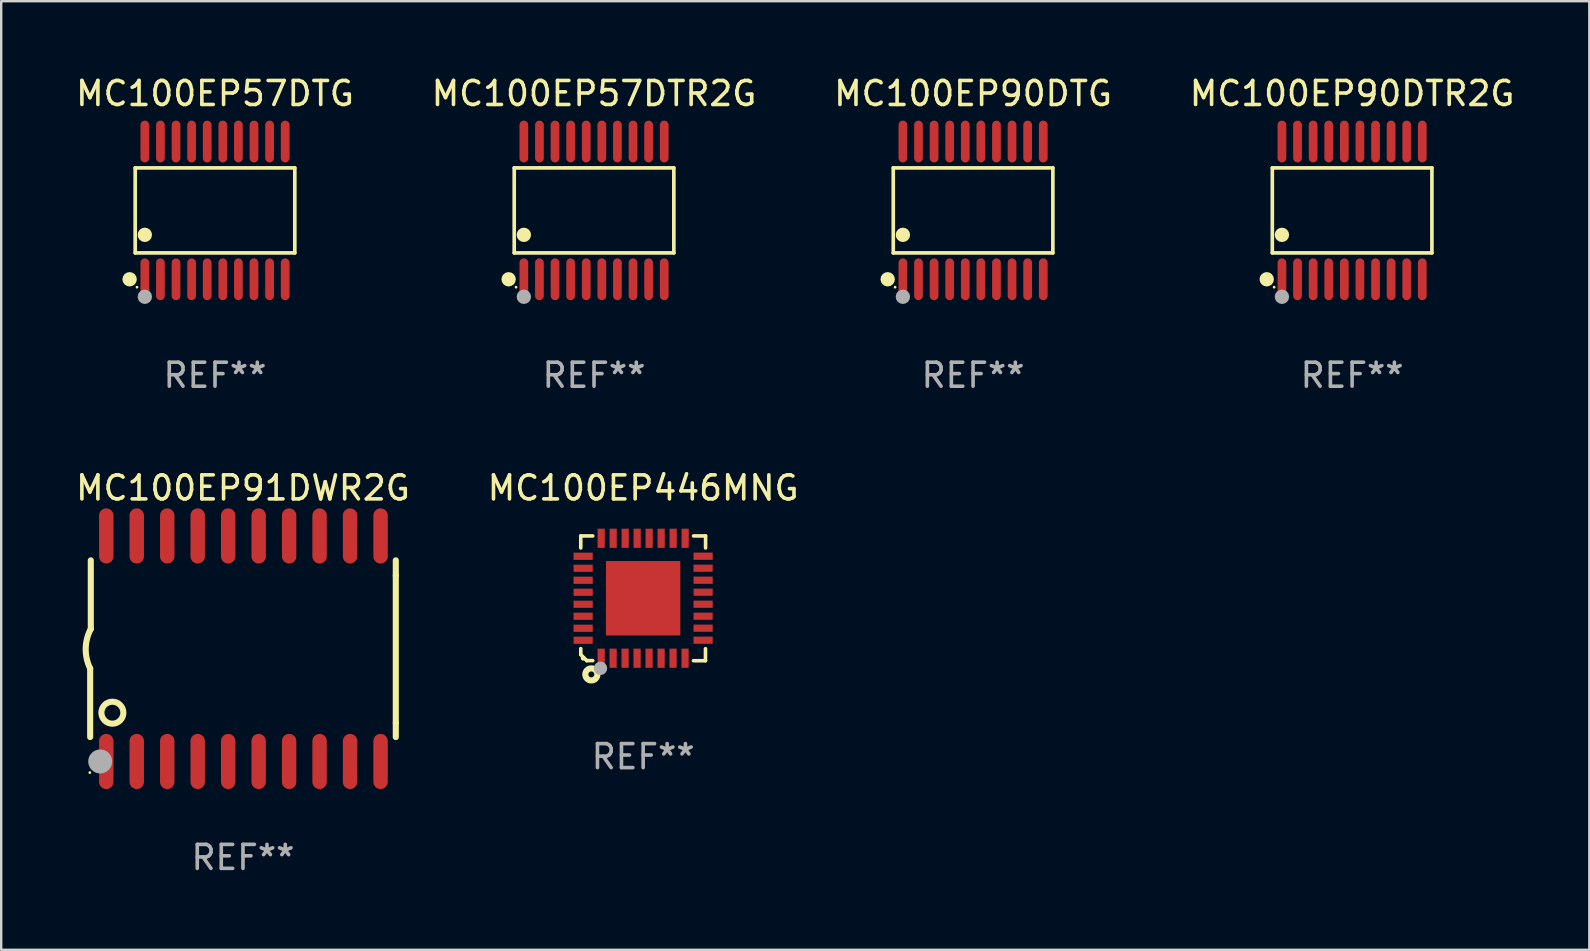
<source format=kicad_pcb>
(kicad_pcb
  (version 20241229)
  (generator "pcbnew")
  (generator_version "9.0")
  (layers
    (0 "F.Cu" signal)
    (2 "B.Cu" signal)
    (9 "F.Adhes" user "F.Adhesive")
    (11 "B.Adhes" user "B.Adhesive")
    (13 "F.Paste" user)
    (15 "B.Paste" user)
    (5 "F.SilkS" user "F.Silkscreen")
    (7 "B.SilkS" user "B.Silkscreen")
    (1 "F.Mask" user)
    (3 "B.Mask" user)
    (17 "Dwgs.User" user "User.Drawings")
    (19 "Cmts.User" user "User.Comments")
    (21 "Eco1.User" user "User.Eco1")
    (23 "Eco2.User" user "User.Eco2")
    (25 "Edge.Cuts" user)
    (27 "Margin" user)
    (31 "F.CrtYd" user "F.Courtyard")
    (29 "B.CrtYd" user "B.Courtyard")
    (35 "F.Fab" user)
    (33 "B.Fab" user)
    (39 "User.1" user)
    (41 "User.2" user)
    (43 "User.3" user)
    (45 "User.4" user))
  (footprint "MC100EP90DTG"
    (layer "F.Cu")
    (at 37.506 5.719)
    (property "Reference" "MC100EP90DTG" (at 0 -4.871 0) (layer "F.SilkS") (effects (font (size 1 1) (thickness 0.15))))
    (attr through_hole)
    (fp_line (start -3.326 -1.771) (end 3.326 -1.771) (stroke (width 0.152) (type solid)) (layer "F.SilkS"))
    (fp_line (start -3.326 1.771) (end -3.326 -1.771) (stroke (width 0.152) (type solid)) (layer "F.SilkS"))
    (fp_line (start 3.326 -1.771) (end 3.326 1.771) (stroke (width 0.152) (type solid)) (layer "F.SilkS"))
    (fp_line (start 3.326 1.771) (end -3.326 1.771) (stroke (width 0.152) (type solid)) (layer "F.SilkS"))
    (fp_circle (center -3.559 2.871) (end -3.409 2.871) (stroke (width 0.3) (type solid)) (fill no) (layer "F.SilkS"))
    (fp_circle (center -3.25 3.2) (end -3.22 3.2) (stroke (width 0.06) (type solid)) (fill no) (layer "F.SilkS"))
    (fp_circle (center -2.925 1.019) (end -2.775 1.019) (stroke (width 0.3) (type solid)) (fill no) (layer "F.SilkS"))
    (fp_circle (center -2.925 3.6) (end -2.775 3.6) (stroke (width 0.3) (type solid)) (fill no) (layer "F.Fab"))
    (fp_text user "REF**" (at 0 6.871 0) (layer "F.Fab") (effects (font (size 1 1) (thickness 0.15))))
    (pad "1" smd oval (at -2.925 2.871) (size 0.364 1.742) (layers "F.Cu" "F.Mask" "F.Paste"))
    (pad "2" smd oval (at -2.275 2.871) (size 0.364 1.742) (layers "F.Cu" "F.Mask" "F.Paste"))
    (pad "3" smd oval (at -1.625 2.871) (size 0.364 1.742) (layers "F.Cu" "F.Mask" "F.Paste"))
    (pad "4" smd oval (at -0.975 2.871) (size 0.364 1.742) (layers "F.Cu" "F.Mask" "F.Paste"))
    (pad "5" smd oval (at -0.325 2.871) (size 0.364 1.742) (layers "F.Cu" "F.Mask" "F.Paste"))
    (pad "6" smd oval (at 0.325 2.871) (size 0.364 1.742) (layers "F.Cu" "F.Mask" "F.Paste"))
    (pad "7" smd oval (at 0.975 2.871) (size 0.364 1.742) (layers "F.Cu" "F.Mask" "F.Paste"))
    (pad "8" smd oval (at 1.625 2.871) (size 0.364 1.742) (layers "F.Cu" "F.Mask" "F.Paste"))
    (pad "9" smd oval (at 2.275 2.871) (size 0.364 1.742) (layers "F.Cu" "F.Mask" "F.Paste"))
    (pad "10" smd oval (at 2.925 2.871) (size 0.364 1.742) (layers "F.Cu" "F.Mask" "F.Paste"))
    (pad "11" smd oval (at 2.925 -2.871) (size 0.364 1.742) (layers "F.Cu" "F.Mask" "F.Paste"))
    (pad "12" smd oval (at 2.275 -2.871) (size 0.364 1.742) (layers "F.Cu" "F.Mask" "F.Paste"))
    (pad "13" smd oval (at 1.625 -2.871) (size 0.364 1.742) (layers "F.Cu" "F.Mask" "F.Paste"))
    (pad "14" smd oval (at 0.975 -2.871) (size 0.364 1.742) (layers "F.Cu" "F.Mask" "F.Paste"))
    (pad "15" smd oval (at 0.325 -2.871) (size 0.364 1.742) (layers "F.Cu" "F.Mask" "F.Paste"))
    (pad "16" smd oval (at -0.325 -2.871) (size 0.364 1.742) (layers "F.Cu" "F.Mask" "F.Paste"))
    (pad "17" smd oval (at -0.975 -2.871) (size 0.364 1.742) (layers "F.Cu" "F.Mask" "F.Paste"))
    (pad "18" smd oval (at -1.625 -2.871) (size 0.364 1.742) (layers "F.Cu" "F.Mask" "F.Paste"))
    (pad "19" smd oval (at -2.275 -2.871) (size 0.364 1.742) (layers "F.Cu" "F.Mask" "F.Paste"))
    (pad "20" smd oval (at -2.925 -2.871) (size 0.364 1.742) (layers "F.Cu" "F.Mask" "F.Paste")))
  (footprint "MC100EP57DTR2G"
    (layer "F.Cu")
    (at 21.708 5.719)
    (property "Reference" "MC100EP57DTR2G" (at 0 -4.871 0) (layer "F.SilkS") (effects (font (size 1 1) (thickness 0.15))))
    (attr through_hole)
    (fp_line (start -3.326 -1.771) (end 3.326 -1.771) (stroke (width 0.152) (type solid)) (layer "F.SilkS"))
    (fp_line (start -3.326 1.771) (end -3.326 -1.771) (stroke (width 0.152) (type solid)) (layer "F.SilkS"))
    (fp_line (start 3.326 -1.771) (end 3.326 1.771) (stroke (width 0.152) (type solid)) (layer "F.SilkS"))
    (fp_line (start 3.326 1.771) (end -3.326 1.771) (stroke (width 0.152) (type solid)) (layer "F.SilkS"))
    (fp_circle (center -3.559 2.871) (end -3.409 2.871) (stroke (width 0.3) (type solid)) (fill no) (layer "F.SilkS"))
    (fp_circle (center -3.25 3.2) (end -3.22 3.2) (stroke (width 0.06) (type solid)) (fill no) (layer "F.SilkS"))
    (fp_circle (center -2.925 1.019) (end -2.775 1.019) (stroke (width 0.3) (type solid)) (fill no) (layer "F.SilkS"))
    (fp_circle (center -2.925 3.6) (end -2.775 3.6) (stroke (width 0.3) (type solid)) (fill no) (layer "F.Fab"))
    (fp_text user "REF**" (at 0 6.871 0) (layer "F.Fab") (effects (font (size 1 1) (thickness 0.15))))
    (pad "1" smd oval (at -2.925 2.871) (size 0.364 1.742) (layers "F.Cu" "F.Mask" "F.Paste"))
    (pad "2" smd oval (at -2.275 2.871) (size 0.364 1.742) (layers "F.Cu" "F.Mask" "F.Paste"))
    (pad "3" smd oval (at -1.625 2.871) (size 0.364 1.742) (layers "F.Cu" "F.Mask" "F.Paste"))
    (pad "4" smd oval (at -0.975 2.871) (size 0.364 1.742) (layers "F.Cu" "F.Mask" "F.Paste"))
    (pad "5" smd oval (at -0.325 2.871) (size 0.364 1.742) (layers "F.Cu" "F.Mask" "F.Paste"))
    (pad "6" smd oval (at 0.325 2.871) (size 0.364 1.742) (layers "F.Cu" "F.Mask" "F.Paste"))
    (pad "7" smd oval (at 0.975 2.871) (size 0.364 1.742) (layers "F.Cu" "F.Mask" "F.Paste"))
    (pad "8" smd oval (at 1.625 2.871) (size 0.364 1.742) (layers "F.Cu" "F.Mask" "F.Paste"))
    (pad "9" smd oval (at 2.275 2.871) (size 0.364 1.742) (layers "F.Cu" "F.Mask" "F.Paste"))
    (pad "10" smd oval (at 2.925 2.871) (size 0.364 1.742) (layers "F.Cu" "F.Mask" "F.Paste"))
    (pad "11" smd oval (at 2.925 -2.871) (size 0.364 1.742) (layers "F.Cu" "F.Mask" "F.Paste"))
    (pad "12" smd oval (at 2.275 -2.871) (size 0.364 1.742) (layers "F.Cu" "F.Mask" "F.Paste"))
    (pad "13" smd oval (at 1.625 -2.871) (size 0.364 1.742) (layers "F.Cu" "F.Mask" "F.Paste"))
    (pad "14" smd oval (at 0.975 -2.871) (size 0.364 1.742) (layers "F.Cu" "F.Mask" "F.Paste"))
    (pad "15" smd oval (at 0.325 -2.871) (size 0.364 1.742) (layers "F.Cu" "F.Mask" "F.Paste"))
    (pad "16" smd oval (at -0.325 -2.871) (size 0.364 1.742) (layers "F.Cu" "F.Mask" "F.Paste"))
    (pad "17" smd oval (at -0.975 -2.871) (size 0.364 1.742) (layers "F.Cu" "F.Mask" "F.Paste"))
    (pad "18" smd oval (at -1.625 -2.871) (size 0.364 1.742) (layers "F.Cu" "F.Mask" "F.Paste"))
    (pad "19" smd oval (at -2.275 -2.871) (size 0.364 1.742) (layers "F.Cu" "F.Mask" "F.Paste"))
    (pad "20" smd oval (at -2.925 -2.871) (size 0.364 1.742) (layers "F.Cu" "F.Mask" "F.Paste")))
  (footprint "MC100EP446MNG"
    (layer "F.Cu")
    (at 23.756 21.887)
    (property "Reference" "MC100EP446MNG" (at 0 -4.6 0) (layer "F.SilkS") (effects (font (size 1 1) (thickness 0.15))))
    (attr through_hole)
    (fp_line (start -2.601 2.097) (end -2.601 2.347) (stroke (width 0.15) (type solid)) (layer "F.SilkS"))
    (fp_line (start -2.601 2.347) (end -2.351 2.597) (stroke (width 0.15) (type solid)) (layer "F.SilkS"))
    (fp_line (start -2.601 -2.6) (end -2.601 -2.1) (stroke (width 0.15) (type solid)) (layer "F.SilkS"))
    (fp_line (start -2.601 -2.6) (end -2.101 -2.6) (stroke (width 0.15) (type solid)) (layer "F.SilkS"))
    (fp_line (start -2.351 2.597) (end -2.101 2.597) (stroke (width 0.15) (type solid)) (layer "F.SilkS"))
    (fp_line (start 2.597 2.6) (end 2.097 2.6) (stroke (width 0.15) (type solid)) (layer "F.SilkS"))
    (fp_line (start 2.597 2.6) (end 2.597 2.1) (stroke (width 0.15) (type solid)) (layer "F.SilkS"))
    (fp_line (start 2.601 -2.6) (end 2.101 -2.6) (stroke (width 0.15) (type solid)) (layer "F.SilkS"))
    (fp_line (start 2.601 -2.6) (end 2.601 -2.1) (stroke (width 0.15) (type solid)) (layer "F.SilkS"))
    (fp_circle (center -2.501 2.497) (end -2.451 2.497) (stroke (width 0.1) (type solid)) (fill no) (layer "F.SilkS"))
    (fp_circle (center -2.16 3.172) (end -2.035 3.172) (stroke (width 0.254) (type solid)) (fill no) (layer "F.SilkS"))
    (fp_circle (center -1.779 2.918) (end -1.639 2.918) (stroke (width 0.28) (type solid)) (fill no) (layer "F.Fab"))
    (fp_text user "REF**" (at 0 6.6 0) (layer "F.Fab") (effects (font (size 1 1) (thickness 0.15))))
    (pad "1" smd rect (at -1.751 2.497) (size 0.3 0.8) (layers "F.Cu" "F.Mask" "F.Paste"))
    (pad "2" smd rect (at -1.253 2.497) (size 0.3 0.8) (layers "F.Cu" "F.Mask" "F.Paste"))
    (pad "3" smd rect (at -0.753 2.497) (size 0.3 0.8) (layers "F.Cu" "F.Mask" "F.Paste"))
    (pad "4" smd rect (at -0.253 2.497) (size 0.3 0.8) (layers "F.Cu" "F.Mask" "F.Paste"))
    (pad "5" smd rect (at 0.247 2.497) (size 0.3 0.8) (layers "F.Cu" "F.Mask" "F.Paste"))
    (pad "6" smd rect (at 0.747 2.497) (size 0.3 0.8) (layers "F.Cu" "F.Mask" "F.Paste"))
    (pad "7" smd rect (at 1.247 2.497) (size 0.3 0.8) (layers "F.Cu" "F.Mask" "F.Paste"))
    (pad "8" smd rect (at 1.747 2.497) (size 0.3 0.8) (layers "F.Cu" "F.Mask" "F.Paste"))
    (pad "9" smd rect (at 2.499 1.745) (size 0.8 0.3) (layers "F.Cu" "F.Mask" "F.Paste"))
    (pad "10" smd rect (at 2.499 1.245) (size 0.8 0.3) (layers "F.Cu" "F.Mask" "F.Paste"))
    (pad "11" smd rect (at 2.499 0.745) (size 0.8 0.3) (layers "F.Cu" "F.Mask" "F.Paste"))
    (pad "12" smd rect (at 2.499 0.245) (size 0.8 0.3) (layers "F.Cu" "F.Mask" "F.Paste"))
    (pad "13" smd rect (at 2.499 -0.255) (size 0.8 0.3) (layers "F.Cu" "F.Mask" "F.Paste"))
    (pad "14" smd rect (at 2.499 -0.755) (size 0.8 0.3) (layers "F.Cu" "F.Mask" "F.Paste"))
    (pad "15" smd rect (at 2.499 -1.255) (size 0.8 0.3) (layers "F.Cu" "F.Mask" "F.Paste"))
    (pad "16" smd rect (at 2.499 -1.755) (size 0.8 0.3) (layers "F.Cu" "F.Mask" "F.Paste"))
    (pad "17" smd rect (at 1.75 -2.502) (size 0.3 0.8) (layers "F.Cu" "F.Mask" "F.Paste"))
    (pad "18" smd rect (at 1.25 -2.502) (size 0.3 0.8) (layers "F.Cu" "F.Mask" "F.Paste"))
    (pad "19" smd rect (at 0.75 -2.502) (size 0.3 0.8) (layers "F.Cu" "F.Mask" "F.Paste"))
    (pad "20" smd rect (at 0.25 -2.502) (size 0.3 0.8) (layers "F.Cu" "F.Mask" "F.Paste"))
    (pad "21" smd rect (at -0.25 -2.502) (size 0.3 0.8) (layers "F.Cu" "F.Mask" "F.Paste"))
    (pad "22" smd rect (at -0.75 -2.502) (size 0.3 0.8) (layers "F.Cu" "F.Mask" "F.Paste"))
    (pad "23" smd rect (at -1.25 -2.502) (size 0.3 0.8) (layers "F.Cu" "F.Mask" "F.Paste"))
    (pad "24" smd rect (at -1.75 -2.502) (size 0.3 0.8) (layers "F.Cu" "F.Mask" "F.Paste"))
    (pad "25" smd rect (at -2.501 -1.753) (size 0.8 0.3) (layers "F.Cu" "F.Mask" "F.Paste"))
    (pad "26" smd rect (at -2.501 -1.252) (size 0.8 0.3) (layers "F.Cu" "F.Mask" "F.Paste"))
    (pad "27" smd rect (at -2.501 -0.753) (size 0.8 0.3) (layers "F.Cu" "F.Mask" "F.Paste"))
    (pad "28" smd rect (at -2.501 -0.252) (size 0.8 0.3) (layers "F.Cu" "F.Mask" "F.Paste"))
    (pad "29" smd rect (at -2.501 0.247) (size 0.8 0.3) (layers "F.Cu" "F.Mask" "F.Paste"))
    (pad "30" smd rect (at -2.501 0.748) (size 0.8 0.3) (layers "F.Cu" "F.Mask" "F.Paste"))
    (pad "31" smd rect (at -2.501 1.247) (size 0.8 0.3) (layers "F.Cu" "F.Mask" "F.Paste"))
    (pad "32" smd rect (at -2.501 1.748) (size 0.8 0.3) (layers "F.Cu" "F.Mask" "F.Paste"))
    (pad "33" smd rect (at -0.001 -0.003 180) (size 3.1 3.1) (layers "F.Cu" "F.Mask" "F.Paste")))
  (footprint "MC100EP57DTG"
    (layer "F.Cu")
    (at 5.911 5.719)
    (property "Reference" "MC100EP57DTG" (at 0 -4.871 0) (layer "F.SilkS") (effects (font (size 1 1) (thickness 0.15))))
    (attr through_hole)
    (fp_line (start -3.326 -1.771) (end 3.326 -1.771) (stroke (width 0.152) (type solid)) (layer "F.SilkS"))
    (fp_line (start -3.326 1.771) (end -3.326 -1.771) (stroke (width 0.152) (type solid)) (layer "F.SilkS"))
    (fp_line (start 3.326 -1.771) (end 3.326 1.771) (stroke (width 0.152) (type solid)) (layer "F.SilkS"))
    (fp_line (start 3.326 1.771) (end -3.326 1.771) (stroke (width 0.152) (type solid)) (layer "F.SilkS"))
    (fp_circle (center -3.559 2.871) (end -3.409 2.871) (stroke (width 0.3) (type solid)) (fill no) (layer "F.SilkS"))
    (fp_circle (center -3.25 3.2) (end -3.22 3.2) (stroke (width 0.06) (type solid)) (fill no) (layer "F.SilkS"))
    (fp_circle (center -2.925 1.019) (end -2.775 1.019) (stroke (width 0.3) (type solid)) (fill no) (layer "F.SilkS"))
    (fp_circle (center -2.925 3.6) (end -2.775 3.6) (stroke (width 0.3) (type solid)) (fill no) (layer "F.Fab"))
    (fp_text user "REF**" (at 0 6.871 0) (layer "F.Fab") (effects (font (size 1 1) (thickness 0.15))))
    (pad "1" smd oval (at -2.925 2.871) (size 0.364 1.742) (layers "F.Cu" "F.Mask" "F.Paste"))
    (pad "2" smd oval (at -2.275 2.871) (size 0.364 1.742) (layers "F.Cu" "F.Mask" "F.Paste"))
    (pad "3" smd oval (at -1.625 2.871) (size 0.364 1.742) (layers "F.Cu" "F.Mask" "F.Paste"))
    (pad "4" smd oval (at -0.975 2.871) (size 0.364 1.742) (layers "F.Cu" "F.Mask" "F.Paste"))
    (pad "5" smd oval (at -0.325 2.871) (size 0.364 1.742) (layers "F.Cu" "F.Mask" "F.Paste"))
    (pad "6" smd oval (at 0.325 2.871) (size 0.364 1.742) (layers "F.Cu" "F.Mask" "F.Paste"))
    (pad "7" smd oval (at 0.975 2.871) (size 0.364 1.742) (layers "F.Cu" "F.Mask" "F.Paste"))
    (pad "8" smd oval (at 1.625 2.871) (size 0.364 1.742) (layers "F.Cu" "F.Mask" "F.Paste"))
    (pad "9" smd oval (at 2.275 2.871) (size 0.364 1.742) (layers "F.Cu" "F.Mask" "F.Paste"))
    (pad "10" smd oval (at 2.925 2.871) (size 0.364 1.742) (layers "F.Cu" "F.Mask" "F.Paste"))
    (pad "11" smd oval (at 2.925 -2.871) (size 0.364 1.742) (layers "F.Cu" "F.Mask" "F.Paste"))
    (pad "12" smd oval (at 2.275 -2.871) (size 0.364 1.742) (layers "F.Cu" "F.Mask" "F.Paste"))
    (pad "13" smd oval (at 1.625 -2.871) (size 0.364 1.742) (layers "F.Cu" "F.Mask" "F.Paste"))
    (pad "14" smd oval (at 0.975 -2.871) (size 0.364 1.742) (layers "F.Cu" "F.Mask" "F.Paste"))
    (pad "15" smd oval (at 0.325 -2.871) (size 0.364 1.742) (layers "F.Cu" "F.Mask" "F.Paste"))
    (pad "16" smd oval (at -0.325 -2.871) (size 0.364 1.742) (layers "F.Cu" "F.Mask" "F.Paste"))
    (pad "17" smd oval (at -0.975 -2.871) (size 0.364 1.742) (layers "F.Cu" "F.Mask" "F.Paste"))
    (pad "18" smd oval (at -1.625 -2.871) (size 0.364 1.742) (layers "F.Cu" "F.Mask" "F.Paste"))
    (pad "19" smd oval (at -2.275 -2.871) (size 0.364 1.742) (layers "F.Cu" "F.Mask" "F.Paste"))
    (pad "20" smd oval (at -2.925 -2.871) (size 0.364 1.742) (layers "F.Cu" "F.Mask" "F.Paste")))
  (footprint "MC100EP90DTR2G"
    (layer "F.Cu")
    (at 53.304 5.719)
    (property "Reference" "MC100EP90DTR2G" (at 0 -4.871 0) (layer "F.SilkS") (effects (font (size 1 1) (thickness 0.15))))
    (attr through_hole)
    (fp_line (start -3.326 -1.771) (end 3.326 -1.771) (stroke (width 0.152) (type solid)) (layer "F.SilkS"))
    (fp_line (start -3.326 1.771) (end -3.326 -1.771) (stroke (width 0.152) (type solid)) (layer "F.SilkS"))
    (fp_line (start 3.326 -1.771) (end 3.326 1.771) (stroke (width 0.152) (type solid)) (layer "F.SilkS"))
    (fp_line (start 3.326 1.771) (end -3.326 1.771) (stroke (width 0.152) (type solid)) (layer "F.SilkS"))
    (fp_circle (center -3.559 2.871) (end -3.409 2.871) (stroke (width 0.3) (type solid)) (fill no) (layer "F.SilkS"))
    (fp_circle (center -3.25 3.2) (end -3.22 3.2) (stroke (width 0.06) (type solid)) (fill no) (layer "F.SilkS"))
    (fp_circle (center -2.925 1.019) (end -2.775 1.019) (stroke (width 0.3) (type solid)) (fill no) (layer "F.SilkS"))
    (fp_circle (center -2.925 3.6) (end -2.775 3.6) (stroke (width 0.3) (type solid)) (fill no) (layer "F.Fab"))
    (fp_text user "REF**" (at 0 6.871 0) (layer "F.Fab") (effects (font (size 1 1) (thickness 0.15))))
    (pad "1" smd oval (at -2.925 2.871) (size 0.364 1.742) (layers "F.Cu" "F.Mask" "F.Paste"))
    (pad "2" smd oval (at -2.275 2.871) (size 0.364 1.742) (layers "F.Cu" "F.Mask" "F.Paste"))
    (pad "3" smd oval (at -1.625 2.871) (size 0.364 1.742) (layers "F.Cu" "F.Mask" "F.Paste"))
    (pad "4" smd oval (at -0.975 2.871) (size 0.364 1.742) (layers "F.Cu" "F.Mask" "F.Paste"))
    (pad "5" smd oval (at -0.325 2.871) (size 0.364 1.742) (layers "F.Cu" "F.Mask" "F.Paste"))
    (pad "6" smd oval (at 0.325 2.871) (size 0.364 1.742) (layers "F.Cu" "F.Mask" "F.Paste"))
    (pad "7" smd oval (at 0.975 2.871) (size 0.364 1.742) (layers "F.Cu" "F.Mask" "F.Paste"))
    (pad "8" smd oval (at 1.625 2.871) (size 0.364 1.742) (layers "F.Cu" "F.Mask" "F.Paste"))
    (pad "9" smd oval (at 2.275 2.871) (size 0.364 1.742) (layers "F.Cu" "F.Mask" "F.Paste"))
    (pad "10" smd oval (at 2.925 2.871) (size 0.364 1.742) (layers "F.Cu" "F.Mask" "F.Paste"))
    (pad "11" smd oval (at 2.925 -2.871) (size 0.364 1.742) (layers "F.Cu" "F.Mask" "F.Paste"))
    (pad "12" smd oval (at 2.275 -2.871) (size 0.364 1.742) (layers "F.Cu" "F.Mask" "F.Paste"))
    (pad "13" smd oval (at 1.625 -2.871) (size 0.364 1.742) (layers "F.Cu" "F.Mask" "F.Paste"))
    (pad "14" smd oval (at 0.975 -2.871) (size 0.364 1.742) (layers "F.Cu" "F.Mask" "F.Paste"))
    (pad "15" smd oval (at 0.325 -2.871) (size 0.364 1.742) (layers "F.Cu" "F.Mask" "F.Paste"))
    (pad "16" smd oval (at -0.325 -2.871) (size 0.364 1.742) (layers "F.Cu" "F.Mask" "F.Paste"))
    (pad "17" smd oval (at -0.975 -2.871) (size 0.364 1.742) (layers "F.Cu" "F.Mask" "F.Paste"))
    (pad "18" smd oval (at -1.625 -2.871) (size 0.364 1.742) (layers "F.Cu" "F.Mask" "F.Paste"))
    (pad "19" smd oval (at -2.275 -2.871) (size 0.364 1.742) (layers "F.Cu" "F.Mask" "F.Paste"))
    (pad "20" smd oval (at -2.925 -2.871) (size 0.364 1.742) (layers "F.Cu" "F.Mask" "F.Paste")))
  (footprint "MC100EP91DWR2G"
    (layer "F.Cu")
    (at 7.077 23.987)
    (property "Reference" "MC100EP91DWR2G" (at 0 -6.7 0) (layer "F.SilkS") (effects (font (size 1 1) (thickness 0.15))))
    (attr through_hole)
    (fp_line (start -6.369 0.826) (end -6.369 3.683) (stroke (width 0.254) (type solid)) (layer "F.SilkS"))
    (fp_line (start -6.343 -0.825) (end -6.343 -3.683) (stroke (width 0.254) (type solid)) (layer "F.SilkS"))
    (fp_line (start 6.369 -3.048) (end 6.369 -3.683) (stroke (width 0.254) (type solid)) (layer "F.SilkS"))
    (fp_line (start 6.369 -3.048) (end 6.369 3.096) (stroke (width 0.254) (type solid)) (layer "F.SilkS"))
    (fp_line (start 6.369 3.096) (end 6.369 3.683) (stroke (width 0.254) (type solid)) (layer "F.SilkS"))
    (fp_arc (start -6.36853 0.825552) (mid -6.554743 -0.00301) (end -6.343129 -0.825451) (stroke (width 0.254001) (type solid)) (layer "F.SilkS"))
    (fp_circle (center -6.382 5.163) (end -6.352 5.163) (stroke (width 0.06) (type solid)) (fill no) (layer "F.SilkS"))
    (fp_circle (center -5.443 2.667) (end -4.985 2.667) (stroke (width 0.254) (type solid)) (fill no) (layer "F.SilkS"))
    (fp_circle (center -5.951 4.699) (end -5.701 4.699) (stroke (width 0.5) (type solid)) (fill no) (layer "F.Fab"))
    (fp_text user "REF**" (at 0 8.7 0) (layer "F.Fab") (effects (font (size 1 1) (thickness 0.15))))
    (pad "1" smd oval (at -5.697 4.7 180) (size 0.6 2.3) (layers "F.Cu" "F.Mask" "F.Paste"))
    (pad "2" smd oval (at -4.427 4.7 180) (size 0.6 2.3) (layers "F.Cu" "F.Mask" "F.Paste"))
    (pad "3" smd oval (at -3.157 4.7 180) (size 0.6 2.3) (layers "F.Cu" "F.Mask" "F.Paste"))
    (pad "4" smd oval (at -1.887 4.7 180) (size 0.6 2.3) (layers "F.Cu" "F.Mask" "F.Paste"))
    (pad "5" smd oval (at -0.617 4.7 180) (size 0.6 2.3) (layers "F.Cu" "F.Mask" "F.Paste"))
    (pad "6" smd oval (at 0.653 4.7 180) (size 0.6 2.3) (layers "F.Cu" "F.Mask" "F.Paste"))
    (pad "7" smd oval (at 1.923 4.7 180) (size 0.6 2.3) (layers "F.Cu" "F.Mask" "F.Paste"))
    (pad "8" smd oval (at 3.193 4.7 180) (size 0.6 2.3) (layers "F.Cu" "F.Mask" "F.Paste"))
    (pad "9" smd oval (at 4.463 4.7 180) (size 0.6 2.3) (layers "F.Cu" "F.Mask" "F.Paste"))
    (pad "10" smd oval (at 5.734 4.7 180) (size 0.6 2.3) (layers "F.Cu" "F.Mask" "F.Paste"))
    (pad "11" smd oval (at 5.734 -4.7 180) (size 0.6 2.3) (layers "F.Cu" "F.Mask" "F.Paste"))
    (pad "12" smd oval (at 4.463 -4.7 180) (size 0.6 2.3) (layers "F.Cu" "F.Mask" "F.Paste"))
    (pad "13" smd oval (at 3.193 -4.7 180) (size 0.6 2.3) (layers "F.Cu" "F.Mask" "F.Paste"))
    (pad "14" smd oval (at 1.923 -4.7 180) (size 0.6 2.3) (layers "F.Cu" "F.Mask" "F.Paste"))
    (pad "15" smd oval (at 0.653 -4.7 180) (size 0.6 2.3) (layers "F.Cu" "F.Mask" "F.Paste"))
    (pad "16" smd oval (at -0.617 -4.7 180) (size 0.6 2.3) (layers "F.Cu" "F.Mask" "F.Paste"))
    (pad "17" smd oval (at -1.887 -4.7 180) (size 0.6 2.3) (layers "F.Cu" "F.Mask" "F.Paste"))
    (pad "18" smd oval (at -3.157 -4.7 180) (size 0.6 2.3) (layers "F.Cu" "F.Mask" "F.Paste"))
    (pad "19" smd oval (at -4.427 -4.7 180) (size 0.6 2.3) (layers "F.Cu" "F.Mask" "F.Paste"))
    (pad "20" smd oval (at -5.697 -4.7 180) (size 0.6 2.3) (layers "F.Cu" "F.Mask" "F.Paste")))
  (gr_rect
    (start -3 -3)
    (end 63.19 36.535)
    (stroke (width 0.1) (type default))
    (fill no)
    (layer "Edge.Cuts")))
</source>
